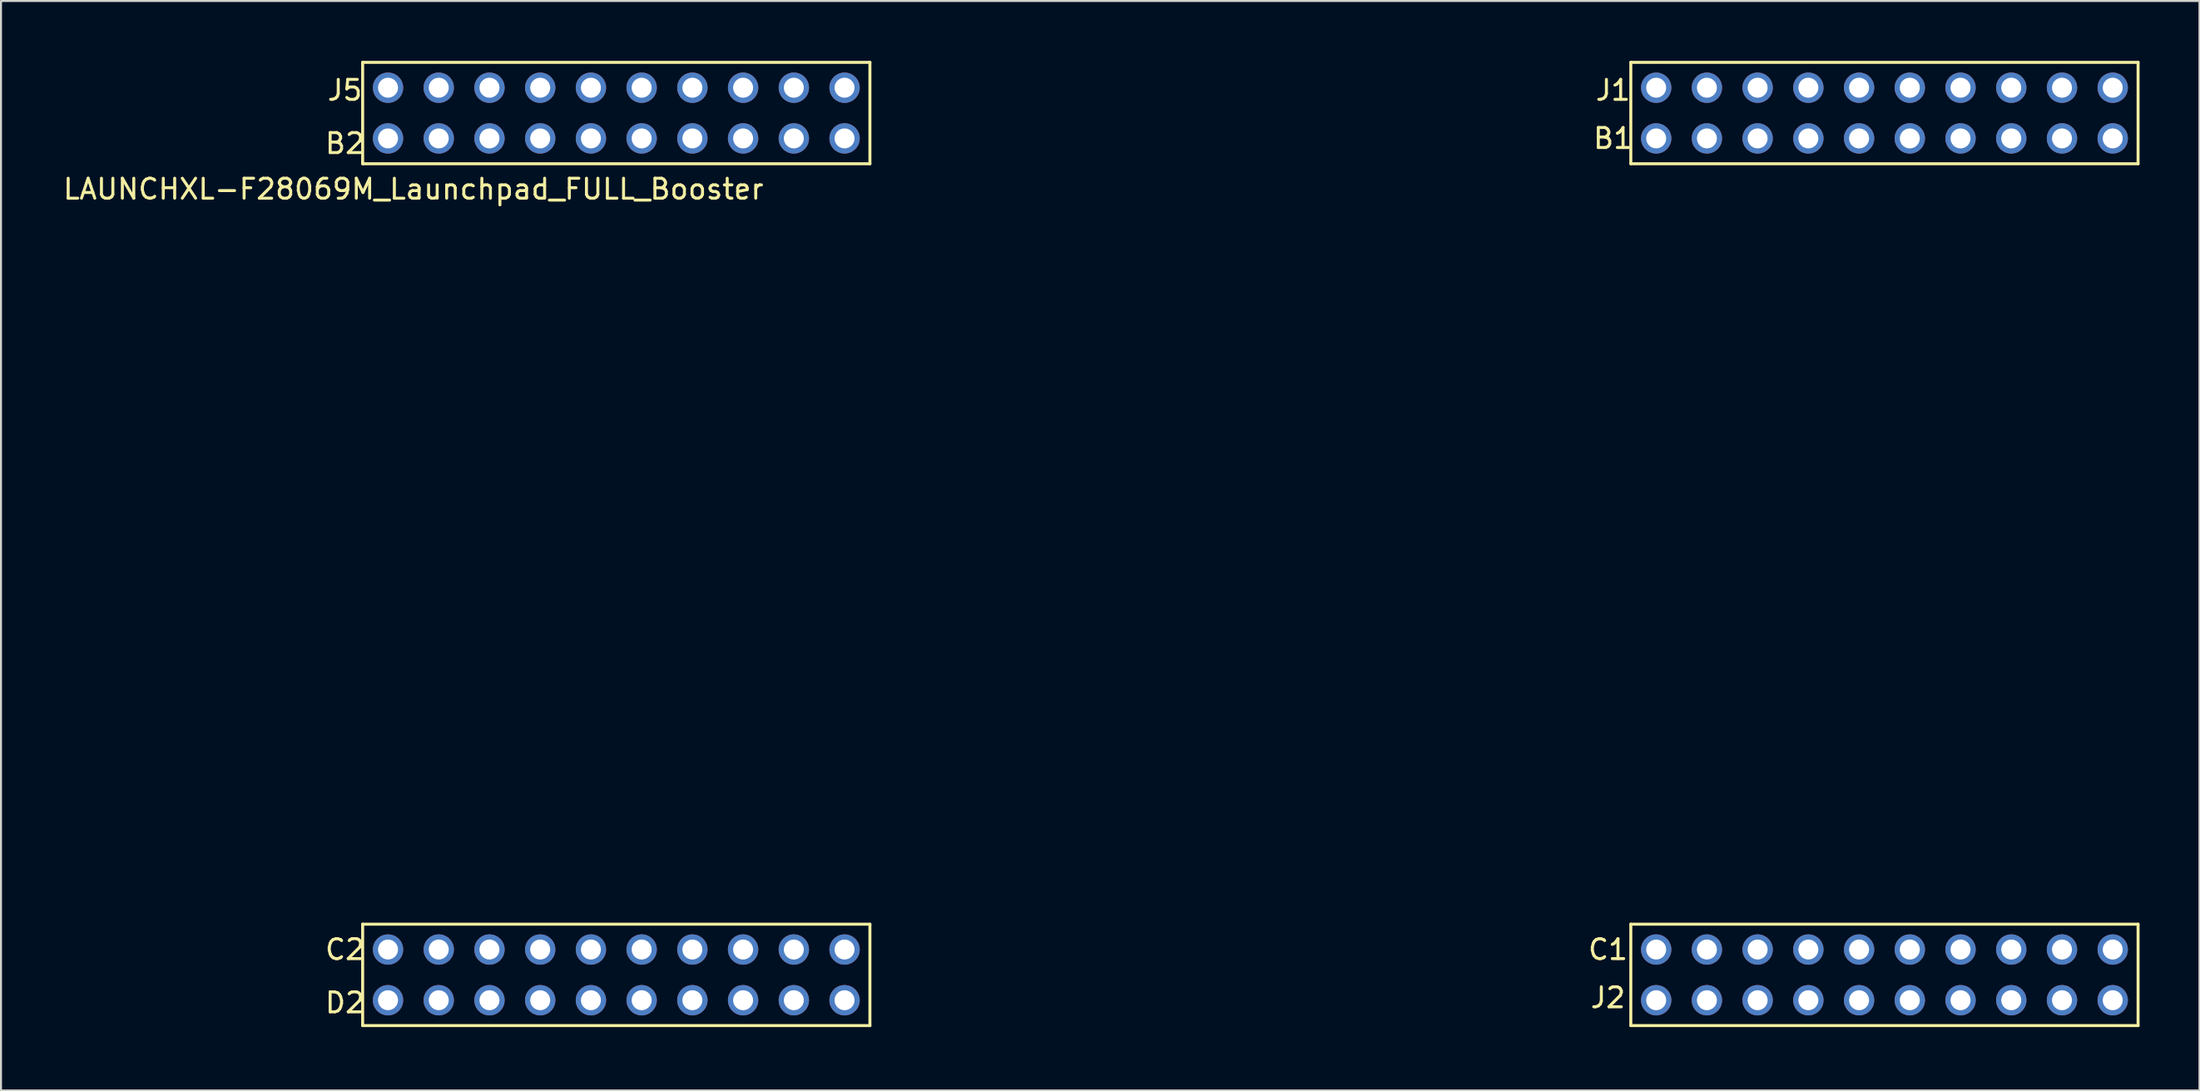
<source format=kicad_pcb>
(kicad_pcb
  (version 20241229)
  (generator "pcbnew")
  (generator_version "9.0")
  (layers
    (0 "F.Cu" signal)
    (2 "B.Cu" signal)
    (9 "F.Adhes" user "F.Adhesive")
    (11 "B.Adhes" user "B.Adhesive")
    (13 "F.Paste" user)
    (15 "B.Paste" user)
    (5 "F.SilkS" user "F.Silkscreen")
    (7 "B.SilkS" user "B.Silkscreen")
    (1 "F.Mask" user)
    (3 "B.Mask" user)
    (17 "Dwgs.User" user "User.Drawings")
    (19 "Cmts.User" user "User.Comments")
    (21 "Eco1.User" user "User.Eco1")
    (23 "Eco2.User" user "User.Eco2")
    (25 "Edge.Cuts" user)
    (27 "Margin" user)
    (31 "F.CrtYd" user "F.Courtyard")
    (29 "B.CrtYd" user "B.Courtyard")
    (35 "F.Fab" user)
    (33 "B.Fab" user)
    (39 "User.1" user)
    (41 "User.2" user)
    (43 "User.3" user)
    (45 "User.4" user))
  (footprint "LAUNCHXL-F28069M_Launchpad_FULL_Booster"
    (layer "F.Cu")
    (at 15.109 48.335)
    (property "Reference" "LAUNCHXL-F28069M_Launchpad_FULL_Booster" (at 2.54 -41.91 0) (layer "F.SilkS") (effects (font (size 1 1) (thickness 0.15))))
    (attr through_hole)
    (fp_line (start 0 -48.26) (end 0 -43.18) (stroke (width 0.15) (type solid)) (layer "F.SilkS"))
    (fp_line (start 0 -43.18) (end 25.4 -43.18) (stroke (width 0.15) (type solid)) (layer "F.SilkS"))
    (fp_line (start 0 -5.08) (end 0 0) (stroke (width 0.15) (type solid)) (layer "F.SilkS"))
    (fp_line (start 0 0) (end 25.4 0) (stroke (width 0.15) (type solid)) (layer "F.SilkS"))
    (fp_line (start 25.4 -48.26) (end 0 -48.26) (stroke (width 0.15) (type solid)) (layer "F.SilkS"))
    (fp_line (start 25.4 -43.18) (end 25.4 -48.26) (stroke (width 0.15) (type solid)) (layer "F.SilkS"))
    (fp_line (start 25.4 -5.08) (end 0 -5.08) (stroke (width 0.15) (type solid)) (layer "F.SilkS"))
    (fp_line (start 25.4 0) (end 25.4 -5.08) (stroke (width 0.15) (type solid)) (layer "F.SilkS"))
    (fp_line (start 63.5 -48.26) (end 63.5 -43.18) (stroke (width 0.15) (type solid)) (layer "F.SilkS"))
    (fp_line (start 63.5 -43.18) (end 88.9 -43.18) (stroke (width 0.15) (type solid)) (layer "F.SilkS"))
    (fp_line (start 63.5 -5.08) (end 63.5 0) (stroke (width 0.15) (type solid)) (layer "F.SilkS"))
    (fp_line (start 63.5 0) (end 88.9 0) (stroke (width 0.15) (type solid)) (layer "F.SilkS"))
    (fp_line (start 88.9 -48.26) (end 63.5 -48.26) (stroke (width 0.15) (type solid)) (layer "F.SilkS"))
    (fp_line (start 88.9 -43.18) (end 88.9 -48.26) (stroke (width 0.15) (type solid)) (layer "F.SilkS"))
    (fp_line (start 88.9 -5.08) (end 63.5 -5.08) (stroke (width 0.15) (type solid)) (layer "F.SilkS"))
    (fp_line (start 88.9 0) (end 88.9 -5.08) (stroke (width 0.15) (type solid)) (layer "F.SilkS"))
    (fp_text user "J5" (at -0.889 -46.863 0) (layer "F.SilkS") (effects (font (size 1 1) (thickness 0.15))))
    (fp_text user "D2" (at -0.889 -1.143 180) (layer "F.SilkS") (effects (font (size 1 1) (thickness 0.15))))
    (fp_text user "C1" (at 62.357 -3.81 0) (layer "F.SilkS") (effects (font (size 1 1) (thickness 0.15))))
    (fp_text user "J2" (at 62.357 -1.397 0) (layer "F.SilkS") (effects (font (size 1 1) (thickness 0.15))))
    (fp_text user "J1" (at 62.611 -46.863 0) (layer "F.SilkS") (effects (font (size 1 1) (thickness 0.15))))
    (fp_text user "C2" (at -0.889 -3.81 0) (layer "F.SilkS") (effects (font (size 1 1) (thickness 0.15))))
    (fp_text user "B2" (at -0.889 -44.196 0) (layer "F.SilkS") (effects (font (size 1 1) (thickness 0.15))))
    (fp_text user "B1" (at 62.611 -44.45 0) (layer "F.SilkS") (effects (font (size 1 1) (thickness 0.15))))
    (pad "+3V3" thru_hole circle (at 24.13 -46.99) (size 1.52 1.52) (drill 1) (layers "*.Cu" "*.Mask" "F.Paste"))
    (pad "+3V3" thru_hole circle (at 87.63 -46.99) (size 1.52 1.52) (drill 1) (layers "*.Cu" "*.Mask" "F.Paste"))
    (pad "+5V" thru_hole circle (at 24.13 -44.45) (size 1.52 1.52) (drill 1) (layers "*.Cu" "*.Mask" "F.Paste"))
    (pad "+5V" thru_hole circle (at 87.63 -44.45) (size 1.52 1.52) (drill 1) (layers "*.Cu" "*.Mask" "F.Paste"))
    (pad "GND" thru_hole circle (at 21.59 -44.45) (size 1.52 1.52) (drill 1) (layers "*.Cu" "*.Mask" "F.Paste"))
    (pad "GND" thru_hole circle (at 24.13 -1.27) (size 1.52 1.52) (drill 1) (layers "*.Cu" "*.Mask" "F.Paste"))
    (pad "GND" thru_hole circle (at 85.09 -44.45) (size 1.52 1.52) (drill 1) (layers "*.Cu" "*.Mask" "F.Paste"))
    (pad "GND" thru_hole circle (at 87.63 -1.27) (size 1.52 1.52) (drill 1) (layers "*.Cu" "*.Mask" "F.Paste"))
    (pad "PA4" thru_hole circle (at 3.81 -44.45) (size 1.52 1.52) (drill 1) (layers "*.Cu" "*.Mask" "F.Paste"))
    (pad "PA5" thru_hole circle (at 1.27 -44.45) (size 1.52 1.52) (drill 1) (layers "*.Cu" "*.Mask" "F.Paste"))
    (pad "PA6" thru_hole circle (at 69.85 -44.45) (size 1.52 1.52) (drill 1) (layers "*.Cu" "*.Mask" "F.Paste"))
    (pad "PA7" thru_hole circle (at 16.51 -1.27) (size 1.52 1.52) (drill 1) (layers "*.Cu" "*.Mask" "F.Paste"))
    (pad "PB2" thru_hole circle (at 67.31 -46.99) (size 1.52 1.52) (drill 1) (layers "*.Cu" "*.Mask" "F.Paste"))
    (pad "PB3" thru_hole circle (at 64.77 -46.99) (size 1.52 1.52) (drill 1) (layers "*.Cu" "*.Mask" "F.Paste"))
    (pad "PB4" thru_hole circle (at 19.05 -44.45) (size 1.52 1.52) (drill 1) (layers "*.Cu" "*.Mask" "F.Paste"))
    (pad "PB5" thru_hole circle (at 16.51 -44.45) (size 1.52 1.52) (drill 1) (layers "*.Cu" "*.Mask" "F.Paste"))
    (pad "PC4" thru_hole circle (at 82.55 -46.99) (size 1.52 1.52) (drill 1) (layers "*.Cu" "*.Mask" "F.Paste"))
    (pad "PC5" thru_hole circle (at 80.01 -46.99) (size 1.52 1.52) (drill 1) (layers "*.Cu" "*.Mask" "F.Paste"))
    (pad "PC6" thru_hole circle (at 77.47 -46.99) (size 1.52 1.52) (drill 1) (layers "*.Cu" "*.Mask" "F.Paste"))
    (pad "PC7" thru_hole circle (at 69.85 -46.99) (size 1.52 1.52) (drill 1) (layers "*.Cu" "*.Mask" "F.Paste"))
    (pad "PD0" thru_hole circle (at 72.39 -1.27) (size 1.52 1.52) (drill 1) (layers "*.Cu" "*.Mask" "F.Paste"))
    (pad "PD1" thru_hole circle (at 74.93 -1.27) (size 1.52 1.52) (drill 1) (layers "*.Cu" "*.Mask" "F.Paste"))
    (pad "PD2" thru_hole circle (at 21.59 -46.99) (size 1.52 1.52) (drill 1) (layers "*.Cu" "*.Mask" "F.Paste"))
    (pad "PD3" thru_hole circle (at 72.39 -46.99) (size 1.52 1.52) (drill 1) (layers "*.Cu" "*.Mask" "F.Paste"))
    (pad "PD4" thru_hole circle (at 13.97 -46.99) (size 1.52 1.52) (drill 1) (layers "*.Cu" "*.Mask" "F.Paste"))
    (pad "PD5" thru_hole circle (at 11.43 -46.99) (size 1.52 1.52) (drill 1) (layers "*.Cu" "*.Mask" "F.Paste"))
    (pad "PD7" thru_hole circle (at 72.39 -44.45) (size 1.52 1.52) (drill 1) (layers "*.Cu" "*.Mask" "F.Paste"))
    (pad "PE0" thru_hole circle (at 82.55 -44.45) (size 1.52 1.52) (drill 1) (layers "*.Cu" "*.Mask" "F.Paste"))
    (pad "PE1" thru_hole circle (at 80.01 -44.45) (size 1.52 1.52) (drill 1) (layers "*.Cu" "*.Mask" "F.Paste"))
    (pad "PE2" thru_hole circle (at 77.47 -44.45) (size 1.52 1.52) (drill 1) (layers "*.Cu" "*.Mask" "F.Paste"))
    (pad "PE3" thru_hole circle (at 74.93 -44.45) (size 1.52 1.52) (drill 1) (layers "*.Cu" "*.Mask" "F.Paste"))
    (pad "PE4" thru_hole circle (at 85.09 -46.99) (size 1.52 1.52) (drill 1) (layers "*.Cu" "*.Mask" "F.Paste"))
    (pad "PE5" thru_hole circle (at 74.93 -46.99) (size 1.52 1.52) (drill 1) (layers "*.Cu" "*.Mask" "F.Paste"))
    (pad "PF1" thru_hole circle (at 87.63 -3.81) (size 1.52 1.52) (drill 1) (layers "*.Cu" "*.Mask" "F.Paste"))
    (pad "PF2" thru_hole circle (at 85.09 -3.81) (size 1.52 1.52) (drill 1) (layers "*.Cu" "*.Mask" "F.Paste"))
    (pad "PF3" thru_hole circle (at 82.55 -3.81) (size 1.52 1.52) (drill 1) (layers "*.Cu" "*.Mask" "F.Paste"))
    (pad "PG0" thru_hole circle (at 80.01 -3.81) (size 1.52 1.52) (drill 1) (layers "*.Cu" "*.Mask" "F.Paste"))
    (pad "PG1" thru_hole circle (at 24.13 -3.81) (size 1.52 1.52) (drill 1) (layers "*.Cu" "*.Mask" "F.Paste"))
    (pad "PH0" thru_hole circle (at 8.89 -3.81) (size 1.52 1.52) (drill 1) (layers "*.Cu" "*.Mask" "F.Paste"))
    (pad "PH1" thru_hole circle (at 6.35 -3.81) (size 1.52 1.52) (drill 1) (layers "*.Cu" "*.Mask" "F.Paste"))
    (pad "PH2" thru_hole circle (at 82.55 -1.27) (size 1.52 1.52) (drill 1) (layers "*.Cu" "*.Mask" "F.Paste"))
    (pad "PH3" thru_hole circle (at 80.01 -1.27) (size 1.52 1.52) (drill 1) (layers "*.Cu" "*.Mask" "F.Paste"))
    (pad "PK0" thru_hole circle (at 13.97 -44.45) (size 1.52 1.52) (drill 1) (layers "*.Cu" "*.Mask" "F.Paste"))
    (pad "PK1" thru_hole circle (at 11.43 -44.45) (size 1.52 1.52) (drill 1) (layers "*.Cu" "*.Mask" "F.Paste"))
    (pad "PK2" thru_hole circle (at 8.89 -44.45) (size 1.52 1.52) (drill 1) (layers "*.Cu" "*.Mask" "F.Paste"))
    (pad "PK3" thru_hole circle (at 6.35 -44.45) (size 1.52 1.52) (drill 1) (layers "*.Cu" "*.Mask" "F.Paste"))
    (pad "PK4" thru_hole circle (at 21.59 -3.81) (size 1.52 1.52) (drill 1) (layers "*.Cu" "*.Mask" "F.Paste"))
    (pad "PK5" thru_hole circle (at 19.05 -3.81) (size 1.52 1.52) (drill 1) (layers "*.Cu" "*.Mask" "F.Paste"))
    (pad "PK6" thru_hole circle (at 3.81 -3.81) (size 1.52 1.52) (drill 1) (layers "*.Cu" "*.Mask" "F.Paste"))
    (pad "PK7" thru_hole circle (at 1.27 -3.81) (size 1.52 1.52) (drill 1) (layers "*.Cu" "*.Mask" "F.Paste"))
    (pad "PL0" thru_hole circle (at 72.39 -3.81) (size 1.52 1.52) (drill 1) (layers "*.Cu" "*.Mask" "F.Paste"))
    (pad "PL1" thru_hole circle (at 69.85 -3.81) (size 1.52 1.52) (drill 1) (layers "*.Cu" "*.Mask" "F.Paste"))
    (pad "PL2" thru_hole circle (at 67.31 -3.81) (size 1.52 1.52) (drill 1) (layers "*.Cu" "*.Mask" "F.Paste"))
    (pad "PL3" thru_hole circle (at 64.77 -3.81) (size 1.52 1.52) (drill 1) (layers "*.Cu" "*.Mask" "F.Paste"))
    (pad "PL4" thru_hole circle (at 77.47 -3.81) (size 1.52 1.52) (drill 1) (layers "*.Cu" "*.Mask" "F.Paste"))
    (pad "PL5" thru_hole circle (at 74.93 -3.81) (size 1.52 1.52) (drill 1) (layers "*.Cu" "*.Mask" "F.Paste"))
    (pad "PM0" thru_hole circle (at 16.51 -3.81) (size 1.52 1.52) (drill 1) (layers "*.Cu" "*.Mask" "F.Paste"))
    (pad "PM1" thru_hole circle (at 13.97 -3.81) (size 1.52 1.52) (drill 1) (layers "*.Cu" "*.Mask" "F.Paste"))
    (pad "PM2" thru_hole circle (at 11.43 -3.81) (size 1.52 1.52) (drill 1) (layers "*.Cu" "*.Mask" "F.Paste"))
    (pad "PM3" thru_hole circle (at 85.09 -1.27) (size 1.52 1.52) (drill 1) (layers "*.Cu" "*.Mask" "F.Paste"))
    (pad "PM4" thru_hole circle (at 67.31 -44.45) (size 1.52 1.52) (drill 1) (layers "*.Cu" "*.Mask" "F.Paste"))
    (pad "PM5" thru_hole circle (at 64.77 -44.45) (size 1.52 1.52) (drill 1) (layers "*.Cu" "*.Mask" "F.Paste"))
    (pad "PM6" thru_hole circle (at 1.27 -1.27) (size 1.52 1.52) (drill 1) (layers "*.Cu" "*.Mask" "F.Paste"))
    (pad "PM7" thru_hole circle (at 21.59 -1.27) (size 1.52 1.52) (drill 1) (layers "*.Cu" "*.Mask" "F.Paste"))
    (pad "PN2" thru_hole circle (at 69.85 -1.27) (size 1.52 1.52) (drill 1) (layers "*.Cu" "*.Mask" "F.Paste"))
    (pad "PN3" thru_hole circle (at 67.31 -1.27) (size 1.52 1.52) (drill 1) (layers "*.Cu" "*.Mask" "F.Paste"))
    (pad "PN4" thru_hole circle (at 1.27 -46.99) (size 1.52 1.52) (drill 1) (layers "*.Cu" "*.Mask" "F.Paste"))
    (pad "PN5" thru_hole circle (at 3.81 -46.99) (size 1.52 1.52) (drill 1) (layers "*.Cu" "*.Mask" "F.Paste"))
    (pad "PP0" thru_hole circle (at 19.05 -46.99) (size 1.52 1.52) (drill 1) (layers "*.Cu" "*.Mask" "F.Paste"))
    (pad "PP1" thru_hole circle (at 16.51 -46.99) (size 1.52 1.52) (drill 1) (layers "*.Cu" "*.Mask" "F.Paste"))
    (pad "PP2" thru_hole circle (at 64.77 -1.27) (size 1.52 1.52) (drill 1) (layers "*.Cu" "*.Mask" "F.Paste"))
    (pad "PP3" thru_hole circle (at 6.35 -1.27) (size 1.52 1.52) (drill 1) (layers "*.Cu" "*.Mask" "F.Paste"))
    (pad "PP4" thru_hole circle (at 6.35 -46.99) (size 1.52 1.52) (drill 1) (layers "*.Cu" "*.Mask" "F.Paste"))
    (pad "PP5" thru_hole circle (at 19.05 -1.27) (size 1.52 1.52) (drill 1) (layers "*.Cu" "*.Mask" "F.Paste"))
    (pad "PQ0" thru_hole circle (at 8.89 -46.99) (size 1.52 1.52) (drill 1) (layers "*.Cu" "*.Mask" "F.Paste"))
    (pad "PQ1" thru_hole circle (at 3.81 -1.27) (size 1.52 1.52) (drill 1) (layers "*.Cu" "*.Mask" "F.Paste"))
    (pad "PQ2" thru_hole circle (at 11.43 -1.27) (size 1.52 1.52) (drill 1) (layers "*.Cu" "*.Mask" "F.Paste"))
    (pad "PQ3" thru_hole circle (at 8.89 -1.27) (size 1.52 1.52) (drill 1) (layers "*.Cu" "*.Mask" "F.Paste"))
    (pad "Rese" thru_hole circle (at 13.97 -1.27) (size 1.52 1.52) (drill 1) (layers "*.Cu" "*.Mask" "F.Paste"))
    (pad "Rese" thru_hole circle (at 77.47 -1.27) (size 1.52 1.52) (drill 1) (layers "*.Cu" "*.Mask" "F.Paste")))
  (gr_rect
    (start -3 -3)
    (end 107.084 51.585)
    (stroke (width 0.1) (type default))
    (fill no)
    (layer "Edge.Cuts")))
</source>
